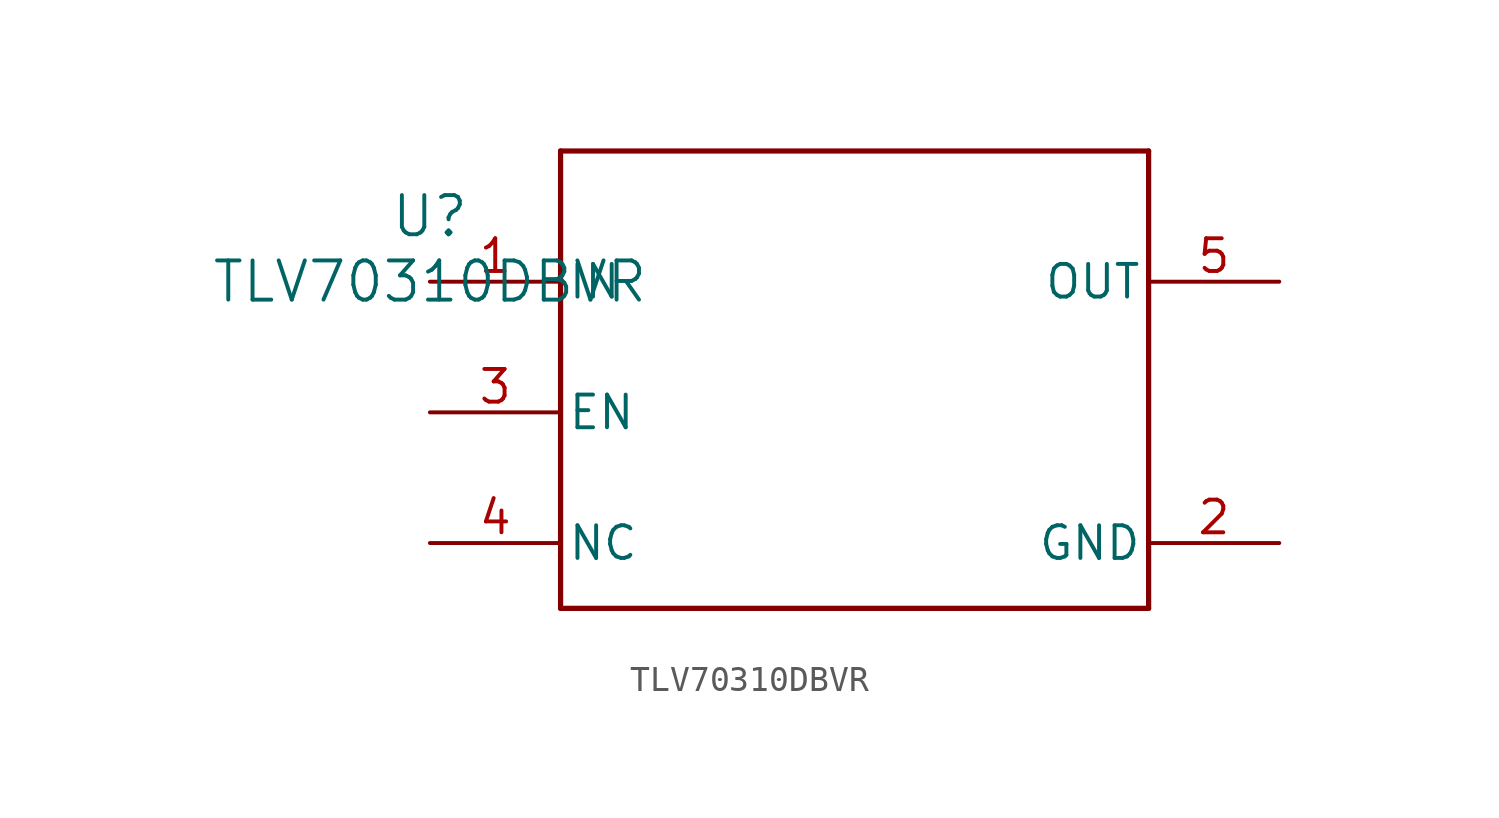
<source format=kicad_sym>
(kicad_symbol_lib
  (version 20211014)
  (generator kicad_symbol_editor)
  (symbol "TLV70310DBVR"
    (pin_names
      (offset 0.254))
    (property "Reference" "U"
      (at 0 2.54 0)
      (effects (font (size 1.524 1.524))))
    (property "Value" "TLV70310DBVR"
      (at 0 0 0)
      (effects (font (size 1.524 1.524))))
    (symbol "TLV70310DBVR_0_1"
      (polyline (pts (xy 5.08 -12.7) (xy 27.94 -12.7)) (stroke (width 0.203) (type default) (color 0 0 0 0)) (fill (type none)))
      (polyline (pts (xy 27.94 -12.7) (xy 27.94 5.08)) (stroke (width 0.203) (type default) (color 0 0 0 0)) (fill (type none)))
      (polyline (pts (xy 27.94 5.08) (xy 5.08 5.08)) (stroke (width 0.203) (type default) (color 0 0 0 0)) (fill (type none)))
      (polyline (pts (xy 5.08 5.08) (xy 5.08 -12.7)) (stroke (width 0.203) (type default) (color 0 0 0 0)) (fill (type none)))
      (pin power_in line (at 0 0 0) (length 5.08) (name "IN" (effects (font (size 1.27 1.27)))) (number "1" (effects (font (size 1.27 1.27)))))
      (pin power_in line (at 33.02 -10.16 180) (length 5.08) (name "GND" (effects (font (size 1.27 1.27)))) (number "2" (effects (font (size 1.27 1.27)))))
      (pin input line (at 0 -5.08 0) (length 5.08) (name "EN" (effects (font (size 1.27 1.27)))) (number "3" (effects (font (size 1.27 1.27)))))
      (pin unspecified line (at 0 -10.16 0) (length 5.08) (name "NC" (effects (font (size 1.27 1.27)))) (number "4" (effects (font (size 1.27 1.27)))))
      (pin unspecified line (at 33.02 0 180) (length 5.08) (name "OUT" (effects (font (size 1.27 1.27)))) (number "5" (effects (font (size 1.27 1.27))))))))
</source>
